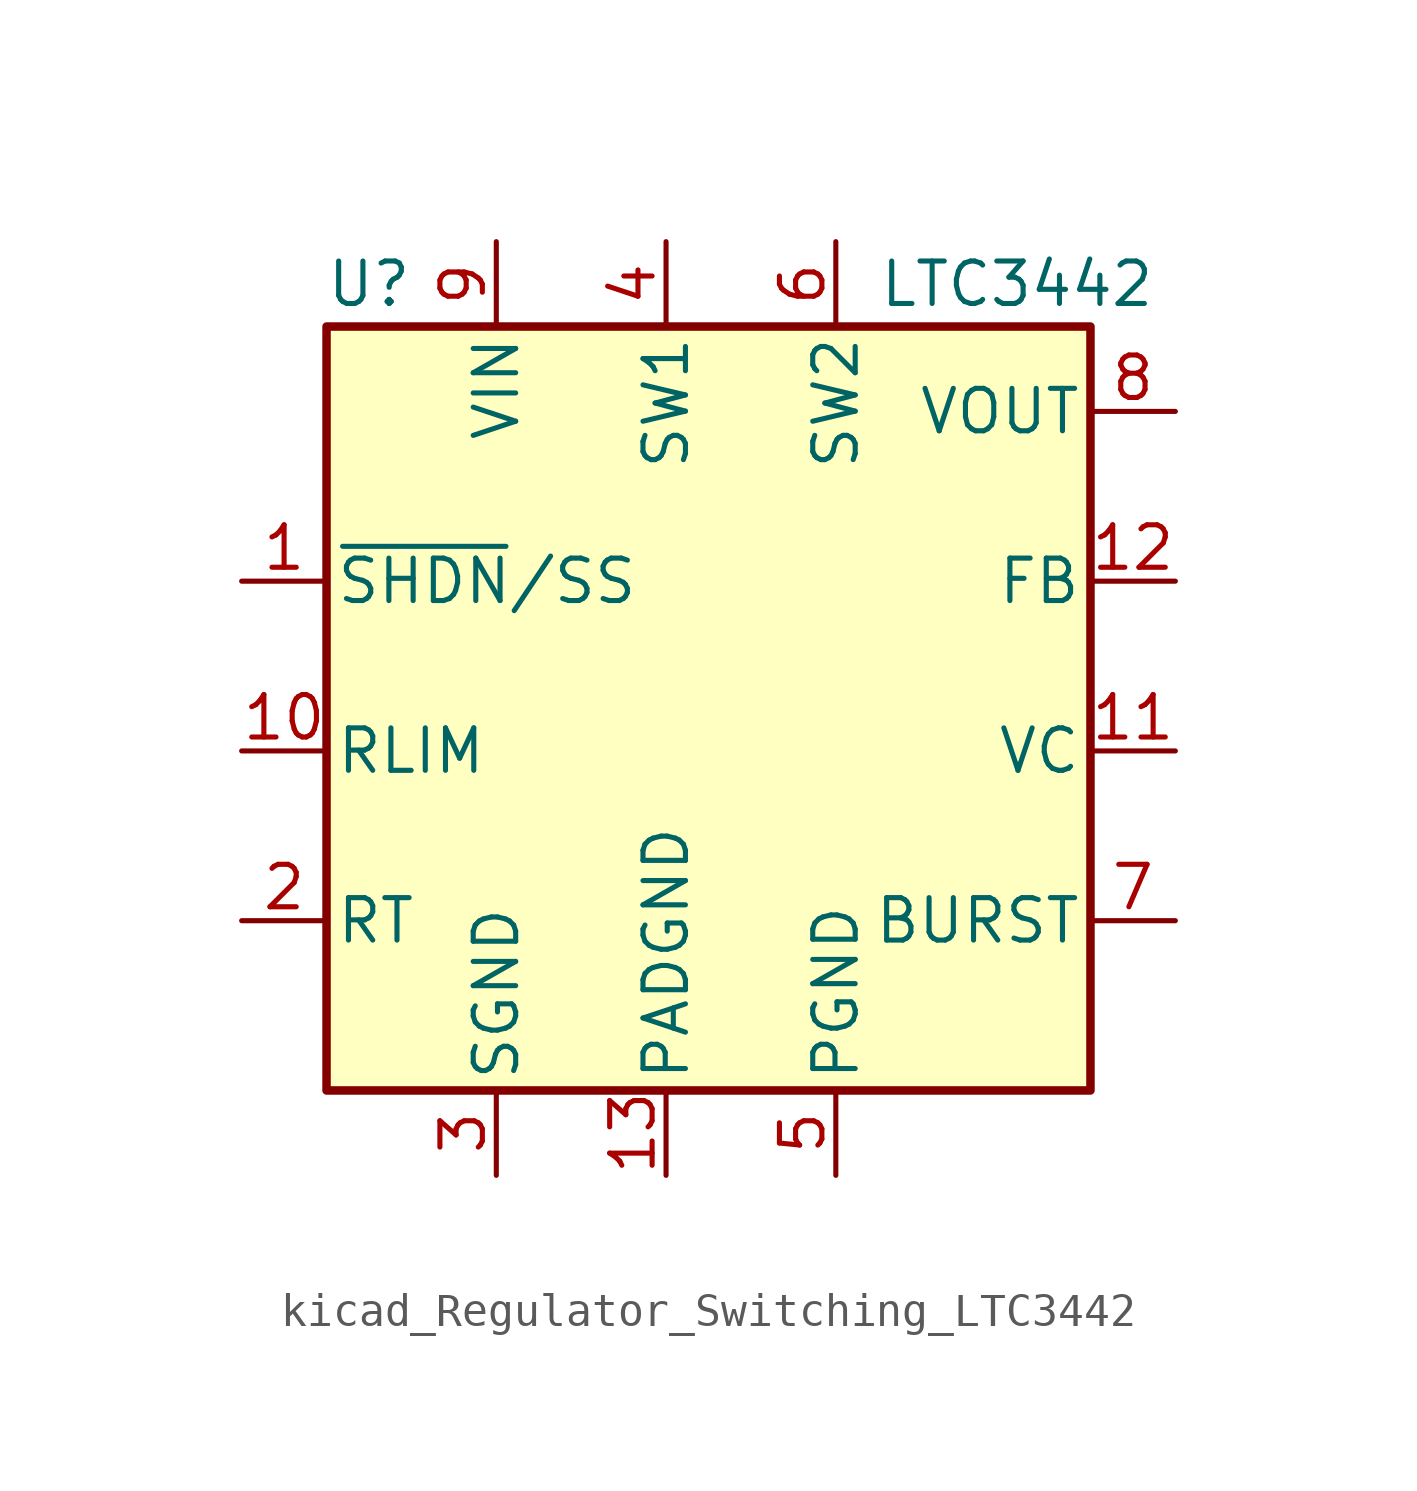
<source format=kicad_sym>
(kicad_symbol_lib
  (version 20220914)
  (generator kicad_symbol_editor)
  (symbol "kicad_Regulator_Switching_LTC3442"
    (pin_names
      (offset 0.254))
    (property "Reference" "U"
      (at -11.43 11.43 0)
      (effects (font (size 1.27 1.27))))
    (property "Value" "LTC3442"
      (at 3.81 11.43 0)
      (effects (font (size 1.27 1.27)) (justify left)))
    (symbol "kicad_Regulator_Switching_LTC3442_0_1"
      (rectangle (start -12.7 10.16) (end 10.16 -12.7) (stroke (width 0.254) (type default)) (fill (type background))))
    (symbol "kicad_Regulator_Switching_LTC3442_1_1"
      (pin input line (at -15.24 2.54 0) (length 2.54) (name "~{SHDN}/SS" (effects (font (size 1.27 1.27)))) (number "1" (effects (font (size 1.27 1.27)))))
      (pin input line (at -15.24 -2.54 0) (length 2.54) (name "RLIM" (effects (font (size 1.27 1.27)))) (number "10" (effects (font (size 1.27 1.27)))))
      (pin input line (at 12.7 -2.54 180) (length 2.54) (name "VC" (effects (font (size 1.27 1.27)))) (number "11" (effects (font (size 1.27 1.27)))))
      (pin input line (at 12.7 2.54 180) (length 2.54) (name "FB" (effects (font (size 1.27 1.27)))) (number "12" (effects (font (size 1.27 1.27)))))
      (pin power_in line (at -2.54 -15.24 90) (length 2.54) (name "PADGND" (effects (font (size 1.27 1.27)))) (number "13" (effects (font (size 1.27 1.27)))))
      (pin input line (at -15.24 -7.62 0) (length 2.54) (name "RT" (effects (font (size 1.27 1.27)))) (number "2" (effects (font (size 1.27 1.27)))))
      (pin power_in line (at -7.62 -15.24 90) (length 2.54) (name "SGND" (effects (font (size 1.27 1.27)))) (number "3" (effects (font (size 1.27 1.27)))))
      (pin bidirectional line (at -2.54 12.7 270) (length 2.54) (name "SW1" (effects (font (size 1.27 1.27)))) (number "4" (effects (font (size 1.27 1.27)))))
      (pin power_in line (at 2.54 -15.24 90) (length 2.54) (name "PGND" (effects (font (size 1.27 1.27)))) (number "5" (effects (font (size 1.27 1.27)))))
      (pin bidirectional line (at 2.54 12.7 270) (length 2.54) (name "SW2" (effects (font (size 1.27 1.27)))) (number "6" (effects (font (size 1.27 1.27)))))
      (pin input line (at 12.7 -7.62 180) (length 2.54) (name "BURST" (effects (font (size 1.27 1.27)))) (number "7" (effects (font (size 1.27 1.27)))))
      (pin power_out line (at 12.7 7.62 180) (length 2.54) (name "VOUT" (effects (font (size 1.27 1.27)))) (number "8" (effects (font (size 1.27 1.27)))))
      (pin power_in line (at -7.62 12.7 270) (length 2.54) (name "VIN" (effects (font (size 1.27 1.27)))) (number "9" (effects (font (size 1.27 1.27))))))))
</source>
